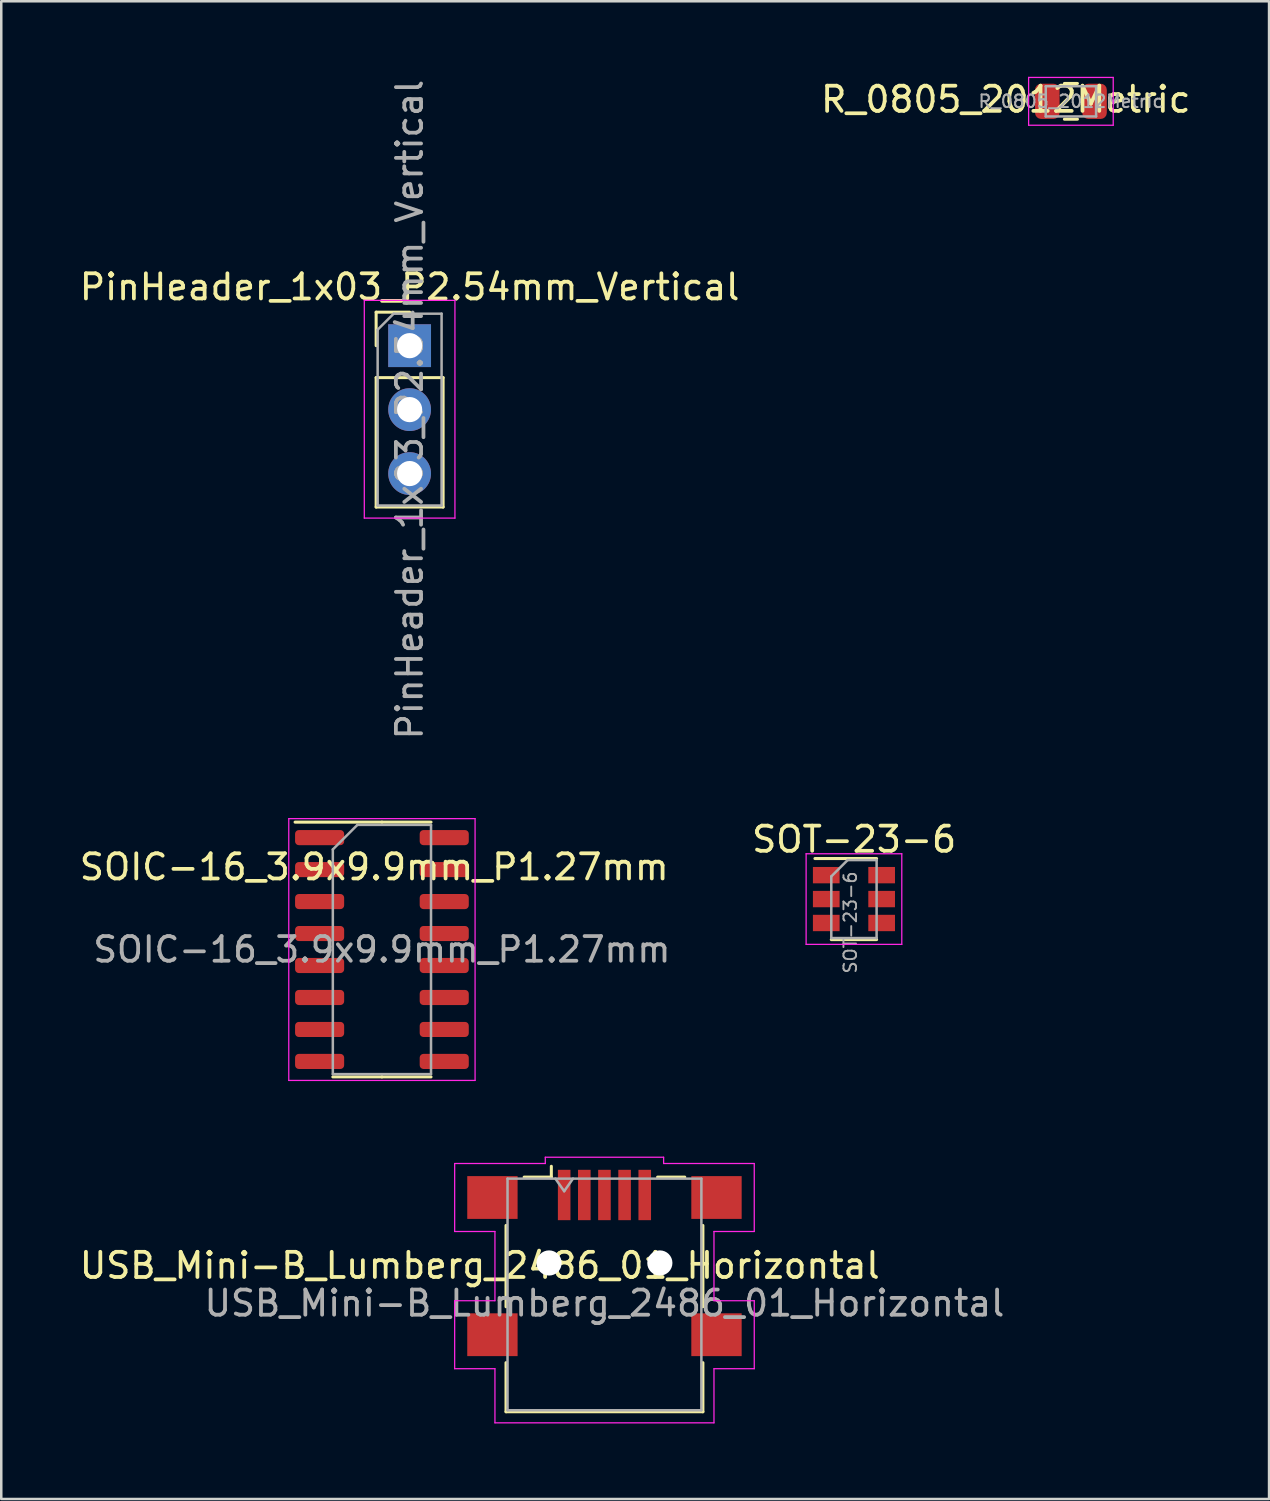
<source format=kicad_pcb>
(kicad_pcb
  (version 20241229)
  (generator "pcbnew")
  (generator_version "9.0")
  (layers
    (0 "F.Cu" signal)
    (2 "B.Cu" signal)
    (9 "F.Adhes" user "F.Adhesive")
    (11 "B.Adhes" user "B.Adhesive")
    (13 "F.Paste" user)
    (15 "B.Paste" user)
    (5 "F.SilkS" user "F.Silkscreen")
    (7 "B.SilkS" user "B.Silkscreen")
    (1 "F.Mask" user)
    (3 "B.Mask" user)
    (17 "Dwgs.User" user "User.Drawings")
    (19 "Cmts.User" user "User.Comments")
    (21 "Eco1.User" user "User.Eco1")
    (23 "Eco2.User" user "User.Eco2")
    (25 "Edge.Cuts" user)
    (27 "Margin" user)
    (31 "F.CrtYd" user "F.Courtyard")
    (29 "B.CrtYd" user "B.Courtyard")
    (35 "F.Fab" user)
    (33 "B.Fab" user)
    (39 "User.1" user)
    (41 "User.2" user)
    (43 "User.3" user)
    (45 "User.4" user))
  (footprint "R_0805_2012Metric"
    (layer "F.Cu")
    (at 39.487 0.975)
    (property "Reference" "R_0805_2012Metric" (at -2.588 -0.076 0) (layer "F.SilkS") (effects (font (size 1 1) (thickness 0.15))))
    (attr smd)
    (fp_line (start -0.259 -0.71) (end 0.259 -0.71) (stroke (width 0.12) (type solid)) (layer "F.SilkS"))
    (fp_line (start -0.259 0.71) (end 0.259 0.71) (stroke (width 0.12) (type solid)) (layer "F.SilkS"))
    (fp_line (start -1.68 -0.95) (end 1.68 -0.95) (stroke (width 0.05) (type solid)) (layer "F.CrtYd"))
    (fp_line (start -1.68 0.95) (end -1.68 -0.95) (stroke (width 0.05) (type solid)) (layer "F.CrtYd"))
    (fp_line (start 1.68 -0.95) (end 1.68 0.95) (stroke (width 0.05) (type solid)) (layer "F.CrtYd"))
    (fp_line (start 1.68 0.95) (end -1.68 0.95) (stroke (width 0.05) (type solid)) (layer "F.CrtYd"))
    (fp_line (start -1 -0.6) (end 1 -0.6) (stroke (width 0.1) (type solid)) (layer "F.Fab"))
    (fp_line (start -1 0.6) (end -1 -0.6) (stroke (width 0.1) (type solid)) (layer "F.Fab"))
    (fp_line (start 1 -0.6) (end 1 0.6) (stroke (width 0.1) (type solid)) (layer "F.Fab"))
    (fp_line (start 1 0.6) (end -1 0.6) (stroke (width 0.1) (type solid)) (layer "F.Fab"))
    (fp_text user "${REFERENCE}" (at 0 0 0) (layer "F.Fab") (effects (font (size 0.5 0.5) (thickness 0.08))))
    (pad "1" smd roundrect (at -0.938 0) (size 0.975 1.4) (layers "F.Cu" "F.Mask" "F.Paste") (roundrect_rratio 0.25))
    (pad "2" smd roundrect (at 0.938 0) (size 0.975 1.4) (layers "F.Cu" "F.Mask" "F.Paste") (roundrect_rratio 0.25)))
  (footprint "SOIC-16_3.9x9.9mm_P1.27mm"
    (layer "F.Cu")
    (at 12.12 34.665)
    (property "Reference" "SOIC-16_3.9x9.9mm_P1.27mm" (at -0.305 -3.277 0) (layer "F.SilkS") (effects (font (size 1 1) (thickness 0.15))))
    (attr smd)
    (fp_line (start 0 -5.06) (end -3.45 -5.06) (stroke (width 0.12) (type solid)) (layer "F.SilkS"))
    (fp_line (start 0 -5.06) (end 1.95 -5.06) (stroke (width 0.12) (type solid)) (layer "F.SilkS"))
    (fp_line (start 0 5.06) (end -1.95 5.06) (stroke (width 0.12) (type solid)) (layer "F.SilkS"))
    (fp_line (start 0 5.06) (end 1.95 5.06) (stroke (width 0.12) (type solid)) (layer "F.SilkS"))
    (fp_line (start -3.7 -5.2) (end -3.7 5.2) (stroke (width 0.05) (type solid)) (layer "F.CrtYd"))
    (fp_line (start -3.7 5.2) (end 3.7 5.2) (stroke (width 0.05) (type solid)) (layer "F.CrtYd"))
    (fp_line (start 3.7 -5.2) (end -3.7 -5.2) (stroke (width 0.05) (type solid)) (layer "F.CrtYd"))
    (fp_line (start 3.7 5.2) (end 3.7 -5.2) (stroke (width 0.05) (type solid)) (layer "F.CrtYd"))
    (fp_line (start -1.95 -3.975) (end -0.975 -4.95) (stroke (width 0.1) (type solid)) (layer "F.Fab"))
    (fp_line (start -1.95 4.95) (end -1.95 -3.975) (stroke (width 0.1) (type solid)) (layer "F.Fab"))
    (fp_line (start -0.975 -4.95) (end 1.95 -4.95) (stroke (width 0.1) (type solid)) (layer "F.Fab"))
    (fp_line (start 1.95 -4.95) (end 1.95 4.95) (stroke (width 0.1) (type solid)) (layer "F.Fab"))
    (fp_line (start 1.95 4.95) (end -1.95 4.95) (stroke (width 0.1) (type solid)) (layer "F.Fab"))
    (fp_text user "${REFERENCE}" (at 0 0 0) (layer "F.Fab") (effects (font (size 0.98 0.98) (thickness 0.15))))
    (pad "1" smd roundrect (at -2.475 -4.445) (size 1.95 0.6) (layers "F.Cu" "F.Mask" "F.Paste") (roundrect_rratio 0.25))
    (pad "2" smd roundrect (at -2.475 -3.175) (size 1.95 0.6) (layers "F.Cu" "F.Mask" "F.Paste") (roundrect_rratio 0.25))
    (pad "3" smd roundrect (at -2.475 -1.905) (size 1.95 0.6) (layers "F.Cu" "F.Mask" "F.Paste") (roundrect_rratio 0.25))
    (pad "4" smd roundrect (at -2.475 -0.635) (size 1.95 0.6) (layers "F.Cu" "F.Mask" "F.Paste") (roundrect_rratio 0.25))
    (pad "5" smd roundrect (at -2.475 0.635) (size 1.95 0.6) (layers "F.Cu" "F.Mask" "F.Paste") (roundrect_rratio 0.25))
    (pad "6" smd roundrect (at -2.475 1.905) (size 1.95 0.6) (layers "F.Cu" "F.Mask" "F.Paste") (roundrect_rratio 0.25))
    (pad "7" smd roundrect (at -2.475 3.175) (size 1.95 0.6) (layers "F.Cu" "F.Mask" "F.Paste") (roundrect_rratio 0.25))
    (pad "8" smd roundrect (at -2.475 4.445) (size 1.95 0.6) (layers "F.Cu" "F.Mask" "F.Paste") (roundrect_rratio 0.25))
    (pad "9" smd roundrect (at 2.475 4.445) (size 1.95 0.6) (layers "F.Cu" "F.Mask" "F.Paste") (roundrect_rratio 0.25))
    (pad "10" smd roundrect (at 2.475 3.175) (size 1.95 0.6) (layers "F.Cu" "F.Mask" "F.Paste") (roundrect_rratio 0.25))
    (pad "11" smd roundrect (at 2.475 1.905) (size 1.95 0.6) (layers "F.Cu" "F.Mask" "F.Paste") (roundrect_rratio 0.25))
    (pad "12" smd roundrect (at 2.475 0.635) (size 1.95 0.6) (layers "F.Cu" "F.Mask" "F.Paste") (roundrect_rratio 0.25))
    (pad "13" smd roundrect (at 2.475 -0.635) (size 1.95 0.6) (layers "F.Cu" "F.Mask" "F.Paste") (roundrect_rratio 0.25))
    (pad "14" smd roundrect (at 2.475 -1.905) (size 1.95 0.6) (layers "F.Cu" "F.Mask" "F.Paste") (roundrect_rratio 0.25))
    (pad "15" smd roundrect (at 2.475 -3.175) (size 1.95 0.6) (layers "F.Cu" "F.Mask" "F.Paste") (roundrect_rratio 0.25))
    (pad "16" smd roundrect (at 2.475 -4.445) (size 1.95 0.6) (layers "F.Cu" "F.Mask" "F.Paste") (roundrect_rratio 0.25)))
  (footprint "USB_Mini-B_Lumberg_2486_01_Horizontal"
    (layer "F.Cu")
    (at 20.959 47.115)
    (property "Reference" "USB_Mini-B_Lumberg_2486_01_Horizontal" (at -4.953 0.102 180) (layer "F.SilkS") (effects (font (size 1 1) (thickness 0.15))))
    (attr smd)
    (fp_line (start -3.91 1.74) (end -3.91 -1.49) (stroke (width 0.12) (type solid)) (layer "F.SilkS"))
    (fp_line (start -3.91 5.91) (end -3.91 3.96) (stroke (width 0.12) (type solid)) (layer "F.SilkS"))
    (fp_line (start -3.19 -3.41) (end -2.11 -3.41) (stroke (width 0.12) (type solid)) (layer "F.SilkS"))
    (fp_line (start -2.11 -3.41) (end -2.11 -3.84) (stroke (width 0.12) (type solid)) (layer "F.SilkS"))
    (fp_line (start 2.11 -3.41) (end 3.19 -3.41) (stroke (width 0.12) (type solid)) (layer "F.SilkS"))
    (fp_line (start 3.91 1.74) (end 3.91 -1.49) (stroke (width 0.12) (type solid)) (layer "F.SilkS"))
    (fp_line (start 3.91 5.91) (end -3.91 5.91) (stroke (width 0.12) (type solid)) (layer "F.SilkS"))
    (fp_line (start 3.91 5.91) (end 3.91 3.96) (stroke (width 0.12) (type solid)) (layer "F.SilkS"))
    (fp_line (start -5.95 -3.95) (end -5.95 -1.25) (stroke (width 0.05) (type solid)) (layer "F.CrtYd"))
    (fp_line (start -5.95 -3.95) (end -2.35 -3.95) (stroke (width 0.05) (type solid)) (layer "F.CrtYd"))
    (fp_line (start -5.95 1.5) (end -5.95 4.2) (stroke (width 0.05) (type solid)) (layer "F.CrtYd"))
    (fp_line (start -4.35 -1.25) (end -5.95 -1.25) (stroke (width 0.05) (type solid)) (layer "F.CrtYd"))
    (fp_line (start -4.35 -1.25) (end -4.35 1.5) (stroke (width 0.05) (type solid)) (layer "F.CrtYd"))
    (fp_line (start -4.35 1.5) (end -5.95 1.5) (stroke (width 0.05) (type solid)) (layer "F.CrtYd"))
    (fp_line (start -4.35 4.2) (end -5.95 4.2) (stroke (width 0.05) (type solid)) (layer "F.CrtYd"))
    (fp_line (start -4.35 6.35) (end -4.35 4.2) (stroke (width 0.05) (type solid)) (layer "F.CrtYd"))
    (fp_line (start -4.35 6.35) (end 4.35 6.35) (stroke (width 0.05) (type solid)) (layer "F.CrtYd"))
    (fp_line (start -2.35 -3.95) (end -2.35 -4.2) (stroke (width 0.05) (type solid)) (layer "F.CrtYd"))
    (fp_line (start 2.35 -4.2) (end -2.35 -4.2) (stroke (width 0.05) (type solid)) (layer "F.CrtYd"))
    (fp_line (start 2.35 -3.95) (end 2.35 -4.2) (stroke (width 0.05) (type solid)) (layer "F.CrtYd"))
    (fp_line (start 4.35 -1.25) (end 4.35 1.5) (stroke (width 0.05) (type solid)) (layer "F.CrtYd"))
    (fp_line (start 4.35 -1.25) (end 5.95 -1.25) (stroke (width 0.05) (type solid)) (layer "F.CrtYd"))
    (fp_line (start 4.35 1.5) (end 5.95 1.5) (stroke (width 0.05) (type solid)) (layer "F.CrtYd"))
    (fp_line (start 4.35 4.2) (end 5.95 4.2) (stroke (width 0.05) (type solid)) (layer "F.CrtYd"))
    (fp_line (start 4.35 6.35) (end 4.35 4.2) (stroke (width 0.05) (type solid)) (layer "F.CrtYd"))
    (fp_line (start 5.95 -3.95) (end 2.35 -3.95) (stroke (width 0.05) (type solid)) (layer "F.CrtYd"))
    (fp_line (start 5.95 -3.95) (end 5.95 -1.25) (stroke (width 0.05) (type solid)) (layer "F.CrtYd"))
    (fp_line (start 5.95 1.5) (end 5.95 4.2) (stroke (width 0.05) (type solid)) (layer "F.CrtYd"))
    (fp_line (start -3.85 -3.35) (end -3.85 5.85) (stroke (width 0.1) (type solid)) (layer "F.Fab"))
    (fp_line (start -3.85 -3.35) (end 3.85 -3.35) (stroke (width 0.1) (type solid)) (layer "F.Fab"))
    (fp_line (start -3.85 5.85) (end 3.85 5.85) (stroke (width 0.1) (type solid)) (layer "F.Fab"))
    (fp_line (start -1.95 -3.35) (end -1.6 -2.85) (stroke (width 0.1) (type solid)) (layer "F.Fab"))
    (fp_line (start -1.6 -2.85) (end -1.25 -3.35) (stroke (width 0.1) (type solid)) (layer "F.Fab"))
    (fp_line (start 3.85 5.85) (end 3.85 -3.35) (stroke (width 0.1) (type solid)) (layer "F.Fab"))
    (fp_text user "${REFERENCE}" (at 0 1.6 0) (layer "F.Fab") (effects (font (size 1 1) (thickness 0.15))))
    (pad "" np_thru_hole circle (at -2.2 0) (size 1 1) (drill 1) (layers "*.Cu" "*.Mask"))
    (pad "" np_thru_hole circle (at 2.2 0) (size 1 1) (drill 1) (layers "*.Cu" "*.Mask"))
    (pad "1" smd rect (at -1.6 -2.7) (size 0.5 2) (layers "F.Cu" "F.Mask" "F.Paste"))
    (pad "2" smd rect (at -0.8 -2.7) (size 0.5 2) (layers "F.Cu" "F.Mask" "F.Paste"))
    (pad "3" smd rect (at 0 -2.7) (size 0.5 2) (layers "F.Cu" "F.Mask" "F.Paste"))
    (pad "4" smd rect (at 0.8 -2.7) (size 0.5 2) (layers "F.Cu" "F.Mask" "F.Paste"))
    (pad "5" smd rect (at 1.6 -2.7) (size 0.5 2) (layers "F.Cu" "F.Mask" "F.Paste"))
    (pad "6" smd rect (at -4.45 -2.6) (size 2 1.7) (layers "F.Cu" "F.Mask" "F.Paste"))
    (pad "6" smd rect (at -4.45 2.85) (size 2 1.7) (layers "F.Cu" "F.Mask" "F.Paste"))
    (pad "6" smd rect (at 4.45 -2.6) (size 2 1.7) (layers "F.Cu" "F.Mask" "F.Paste"))
    (pad "6" smd rect (at 4.45 2.85) (size 2 1.7) (layers "F.Cu" "F.Mask" "F.Paste")))
  (footprint "SOT-23-6"
    (layer "F.Cu")
    (at 30.869 32.661)
    (property "Reference" "SOT-23-6" (at 0.008 -2.372 0) (layer "F.SilkS") (effects (font (size 1 1) (thickness 0.15))))
    (attr smd)
    (fp_line (start -0.9 1.61) (end 0.9 1.61) (stroke (width 0.12) (type solid)) (layer "F.SilkS"))
    (fp_line (start 0.9 -1.61) (end -1.55 -1.61) (stroke (width 0.12) (type solid)) (layer "F.SilkS"))
    (fp_line (start -1.9 -1.8) (end -1.9 1.8) (stroke (width 0.05) (type solid)) (layer "F.CrtYd"))
    (fp_line (start -1.9 1.8) (end 1.9 1.8) (stroke (width 0.05) (type solid)) (layer "F.CrtYd"))
    (fp_line (start 1.9 -1.8) (end -1.9 -1.8) (stroke (width 0.05) (type solid)) (layer "F.CrtYd"))
    (fp_line (start 1.9 1.8) (end 1.9 -1.8) (stroke (width 0.05) (type solid)) (layer "F.CrtYd"))
    (fp_line (start -0.9 -0.9) (end -0.9 1.55) (stroke (width 0.1) (type solid)) (layer "F.Fab"))
    (fp_line (start -0.9 -0.9) (end -0.25 -1.55) (stroke (width 0.1) (type solid)) (layer "F.Fab"))
    (fp_line (start 0.9 -1.55) (end -0.25 -1.55) (stroke (width 0.1) (type solid)) (layer "F.Fab"))
    (fp_line (start 0.9 -1.55) (end 0.9 1.55) (stroke (width 0.1) (type solid)) (layer "F.Fab"))
    (fp_line (start 0.9 1.55) (end -0.9 1.55) (stroke (width 0.1) (type solid)) (layer "F.Fab"))
    (fp_text user "${REFERENCE}" (at -0.145 0.93 90) (layer "F.Fab") (effects (font (size 0.5 0.5) (thickness 0.075))))
    (pad "1" smd rect (at -1.1 -0.95) (size 1.06 0.65) (layers "F.Cu" "F.Mask" "F.Paste"))
    (pad "2" smd rect (at -1.1 0) (size 1.06 0.65) (layers "F.Cu" "F.Mask" "F.Paste"))
    (pad "3" smd rect (at -1.1 0.95) (size 1.06 0.65) (layers "F.Cu" "F.Mask" "F.Paste"))
    (pad "4" smd rect (at 1.1 0.95) (size 1.06 0.65) (layers "F.Cu" "F.Mask" "F.Paste"))
    (pad "5" smd rect (at 1.1 0) (size 1.06 0.65) (layers "F.Cu" "F.Mask" "F.Paste"))
    (pad "6" smd rect (at 1.1 -0.95) (size 1.06 0.65) (layers "F.Cu" "F.Mask" "F.Paste")))
  (footprint "PinHeader_1x03_P2.54mm_Vertical"
    (layer "F.Cu")
    (at 13.22 10.68)
    (property "Reference" "PinHeader_1x03_P2.54mm_Vertical" (at 0 -2.33 0) (layer "F.SilkS") (effects (font (size 1 1) (thickness 0.15))))
    (attr through_hole)
    (fp_line (start -1.33 -1.33) (end 0 -1.33) (stroke (width 0.12) (type solid)) (layer "F.SilkS"))
    (fp_line (start -1.33 0) (end -1.33 -1.33) (stroke (width 0.12) (type solid)) (layer "F.SilkS"))
    (fp_line (start -1.33 1.27) (end -1.33 6.41) (stroke (width 0.12) (type solid)) (layer "F.SilkS"))
    (fp_line (start -1.33 1.27) (end 1.33 1.27) (stroke (width 0.12) (type solid)) (layer "F.SilkS"))
    (fp_line (start -1.33 6.41) (end 1.33 6.41) (stroke (width 0.12) (type solid)) (layer "F.SilkS"))
    (fp_line (start 1.33 1.27) (end 1.33 6.41) (stroke (width 0.12) (type solid)) (layer "F.SilkS"))
    (fp_line (start -1.8 -1.8) (end -1.8 6.85) (stroke (width 0.05) (type solid)) (layer "F.CrtYd"))
    (fp_line (start -1.8 6.85) (end 1.8 6.85) (stroke (width 0.05) (type solid)) (layer "F.CrtYd"))
    (fp_line (start 1.8 -1.8) (end -1.8 -1.8) (stroke (width 0.05) (type solid)) (layer "F.CrtYd"))
    (fp_line (start 1.8 6.85) (end 1.8 -1.8) (stroke (width 0.05) (type solid)) (layer "F.CrtYd"))
    (fp_line (start -1.27 -0.635) (end -0.635 -1.27) (stroke (width 0.1) (type solid)) (layer "F.Fab"))
    (fp_line (start -1.27 6.35) (end -1.27 -0.635) (stroke (width 0.1) (type solid)) (layer "F.Fab"))
    (fp_line (start -0.635 -1.27) (end 1.27 -1.27) (stroke (width 0.1) (type solid)) (layer "F.Fab"))
    (fp_line (start 1.27 -1.27) (end 1.27 6.35) (stroke (width 0.1) (type solid)) (layer "F.Fab"))
    (fp_line (start 1.27 6.35) (end -1.27 6.35) (stroke (width 0.1) (type solid)) (layer "F.Fab"))
    (fp_text user "${REFERENCE}" (at 0 2.54 90) (layer "F.Fab") (effects (font (size 1 1) (thickness 0.15))))
    (pad "1" thru_hole rect (at 0 0) (size 1.7 1.7) (drill 1) (layers "*.Cu" "*.Mask"))
    (pad "2" thru_hole oval (at 0 2.54) (size 1.7 1.7) (drill 1) (layers "*.Cu" "*.Mask"))
    (pad "3" thru_hole oval (at 0 5.08) (size 1.7 1.7) (drill 1) (layers "*.Cu" "*.Mask")))
  (gr_rect
    (start -3 -3)
    (end 47.357 56.49)
    (stroke (width 0.1) (type default))
    (fill no)
    (layer "Edge.Cuts")))
</source>
